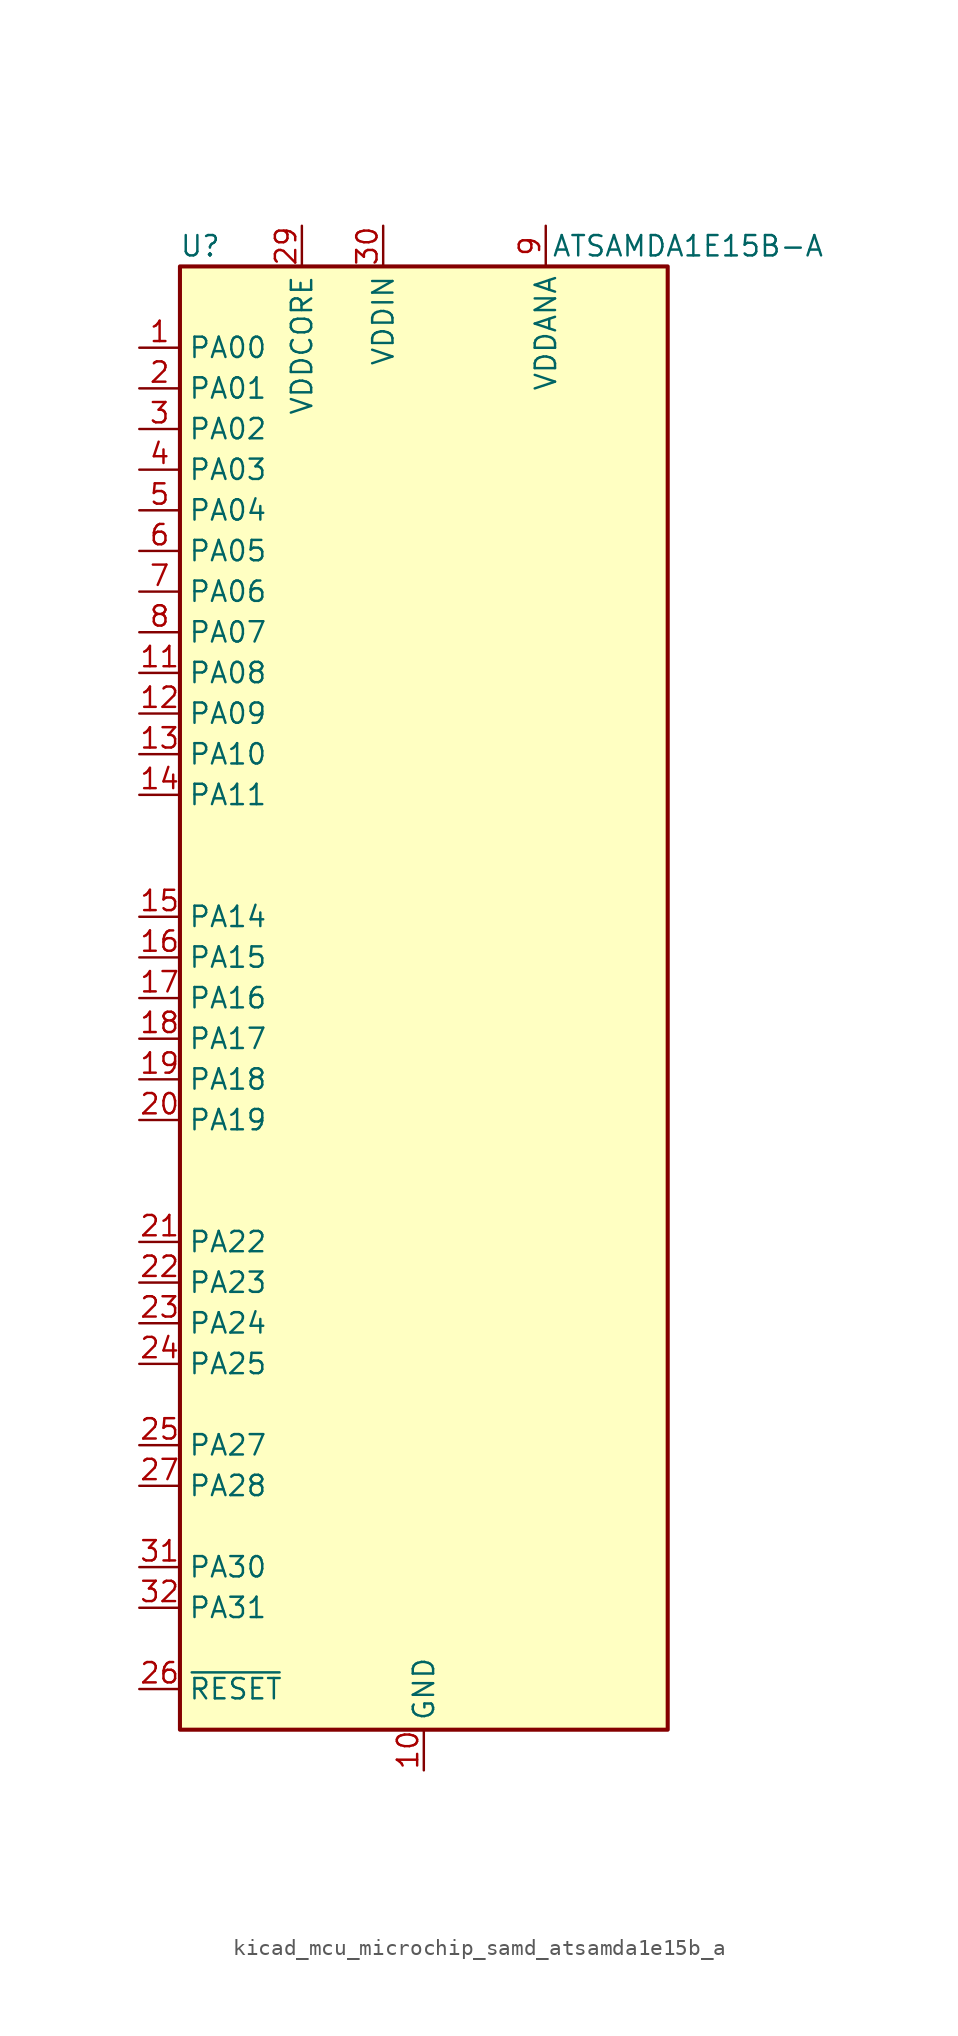
<source format=kicad_sym>
(kicad_symbol_lib
  (version 20220914)
  (generator kicad_symbol_editor)
  (symbol "kicad_mcu_microchip_samd_atsamda1e15b_a"
    (property "Reference" "U"
      (at -13.97 46.99 0)
      (effects (font (size 1.27 1.27))))
    (property "Value" "ATSAMDA1E15B-A"
      (at 16.51 46.99 0)
      (effects (font (size 1.27 1.27))))
    (symbol "kicad_mcu_microchip_samd_atsamda1e15b_a_1_1"
      (rectangle (start -15.24 45.72) (end 15.24 -45.72) (stroke (width 0.254) (type default)) (fill (type background)))
      (pin bidirectional line (at -17.78 40.64 0) (length 2.54) (name "PA00" (effects (font (size 1.27 1.27)))) (number "1" (effects (font (size 1.27 1.27)))))
      (pin power_in line (at 0 -48.26 90) (length 2.54) (name "GND" (effects (font (size 1.27 1.27)))) (number "10" (effects (font (size 1.27 1.27)))))
      (pin bidirectional line (at -17.78 20.32 0) (length 2.54) (name "PA08" (effects (font (size 1.27 1.27)))) (number "11" (effects (font (size 1.27 1.27)))))
      (pin bidirectional line (at -17.78 17.78 0) (length 2.54) (name "PA09" (effects (font (size 1.27 1.27)))) (number "12" (effects (font (size 1.27 1.27)))))
      (pin bidirectional line (at -17.78 15.24 0) (length 2.54) (name "PA10" (effects (font (size 1.27 1.27)))) (number "13" (effects (font (size 1.27 1.27)))))
      (pin bidirectional line (at -17.78 12.7 0) (length 2.54) (name "PA11" (effects (font (size 1.27 1.27)))) (number "14" (effects (font (size 1.27 1.27)))))
      (pin bidirectional line (at -17.78 5.08 0) (length 2.54) (name "PA14" (effects (font (size 1.27 1.27)))) (number "15" (effects (font (size 1.27 1.27)))))
      (pin bidirectional line (at -17.78 2.54 0) (length 2.54) (name "PA15" (effects (font (size 1.27 1.27)))) (number "16" (effects (font (size 1.27 1.27)))))
      (pin bidirectional line (at -17.78 0 0) (length 2.54) (name "PA16" (effects (font (size 1.27 1.27)))) (number "17" (effects (font (size 1.27 1.27)))))
      (pin bidirectional line (at -17.78 -2.54 0) (length 2.54) (name "PA17" (effects (font (size 1.27 1.27)))) (number "18" (effects (font (size 1.27 1.27)))))
      (pin bidirectional line (at -17.78 -5.08 0) (length 2.54) (name "PA18" (effects (font (size 1.27 1.27)))) (number "19" (effects (font (size 1.27 1.27)))))
      (pin bidirectional line (at -17.78 38.1 0) (length 2.54) (name "PA01" (effects (font (size 1.27 1.27)))) (number "2" (effects (font (size 1.27 1.27)))))
      (pin bidirectional line (at -17.78 -7.62 0) (length 2.54) (name "PA19" (effects (font (size 1.27 1.27)))) (number "20" (effects (font (size 1.27 1.27)))))
      (pin bidirectional line (at -17.78 -15.24 0) (length 2.54) (name "PA22" (effects (font (size 1.27 1.27)))) (number "21" (effects (font (size 1.27 1.27)))))
      (pin bidirectional line (at -17.78 -17.78 0) (length 2.54) (name "PA23" (effects (font (size 1.27 1.27)))) (number "22" (effects (font (size 1.27 1.27)))))
      (pin bidirectional line (at -17.78 -20.32 0) (length 2.54) (name "PA24" (effects (font (size 1.27 1.27)))) (number "23" (effects (font (size 1.27 1.27)))))
      (pin bidirectional line (at -17.78 -22.86 0) (length 2.54) (name "PA25" (effects (font (size 1.27 1.27)))) (number "24" (effects (font (size 1.27 1.27)))))
      (pin bidirectional line (at -17.78 -27.94 0) (length 2.54) (name "PA27" (effects (font (size 1.27 1.27)))) (number "25" (effects (font (size 1.27 1.27)))))
      (pin input line (at -17.78 -43.18 0) (length 2.54) (name "~{RESET}" (effects (font (size 1.27 1.27)))) (number "26" (effects (font (size 1.27 1.27)))))
      (pin bidirectional line (at -17.78 -30.48 0) (length 2.54) (name "PA28" (effects (font (size 1.27 1.27)))) (number "27" (effects (font (size 1.27 1.27)))))
      (pin passive line (at 0 -48.26 90) (length 2.54) hide (name "GND" (effects (font (size 1.27 1.27)))) (number "28" (effects (font (size 1.27 1.27)))))
      (pin power_out line (at -7.62 48.26 270) (length 2.54) (name "VDDCORE" (effects (font (size 1.27 1.27)))) (number "29" (effects (font (size 1.27 1.27)))))
      (pin bidirectional line (at -17.78 35.56 0) (length 2.54) (name "PA02" (effects (font (size 1.27 1.27)))) (number "3" (effects (font (size 1.27 1.27)))))
      (pin power_in line (at -2.54 48.26 270) (length 2.54) (name "VDDIN" (effects (font (size 1.27 1.27)))) (number "30" (effects (font (size 1.27 1.27)))))
      (pin bidirectional line (at -17.78 -35.56 0) (length 2.54) (name "PA30" (effects (font (size 1.27 1.27)))) (number "31" (effects (font (size 1.27 1.27)))))
      (pin bidirectional line (at -17.78 -38.1 0) (length 2.54) (name "PA31" (effects (font (size 1.27 1.27)))) (number "32" (effects (font (size 1.27 1.27)))))
      (pin bidirectional line (at -17.78 33.02 0) (length 2.54) (name "PA03" (effects (font (size 1.27 1.27)))) (number "4" (effects (font (size 1.27 1.27)))))
      (pin bidirectional line (at -17.78 30.48 0) (length 2.54) (name "PA04" (effects (font (size 1.27 1.27)))) (number "5" (effects (font (size 1.27 1.27)))))
      (pin bidirectional line (at -17.78 27.94 0) (length 2.54) (name "PA05" (effects (font (size 1.27 1.27)))) (number "6" (effects (font (size 1.27 1.27)))))
      (pin bidirectional line (at -17.78 25.4 0) (length 2.54) (name "PA06" (effects (font (size 1.27 1.27)))) (number "7" (effects (font (size 1.27 1.27)))))
      (pin bidirectional line (at -17.78 22.86 0) (length 2.54) (name "PA07" (effects (font (size 1.27 1.27)))) (number "8" (effects (font (size 1.27 1.27)))))
      (pin power_in line (at 7.62 48.26 270) (length 2.54) (name "VDDANA" (effects (font (size 1.27 1.27)))) (number "9" (effects (font (size 1.27 1.27))))))))
</source>
